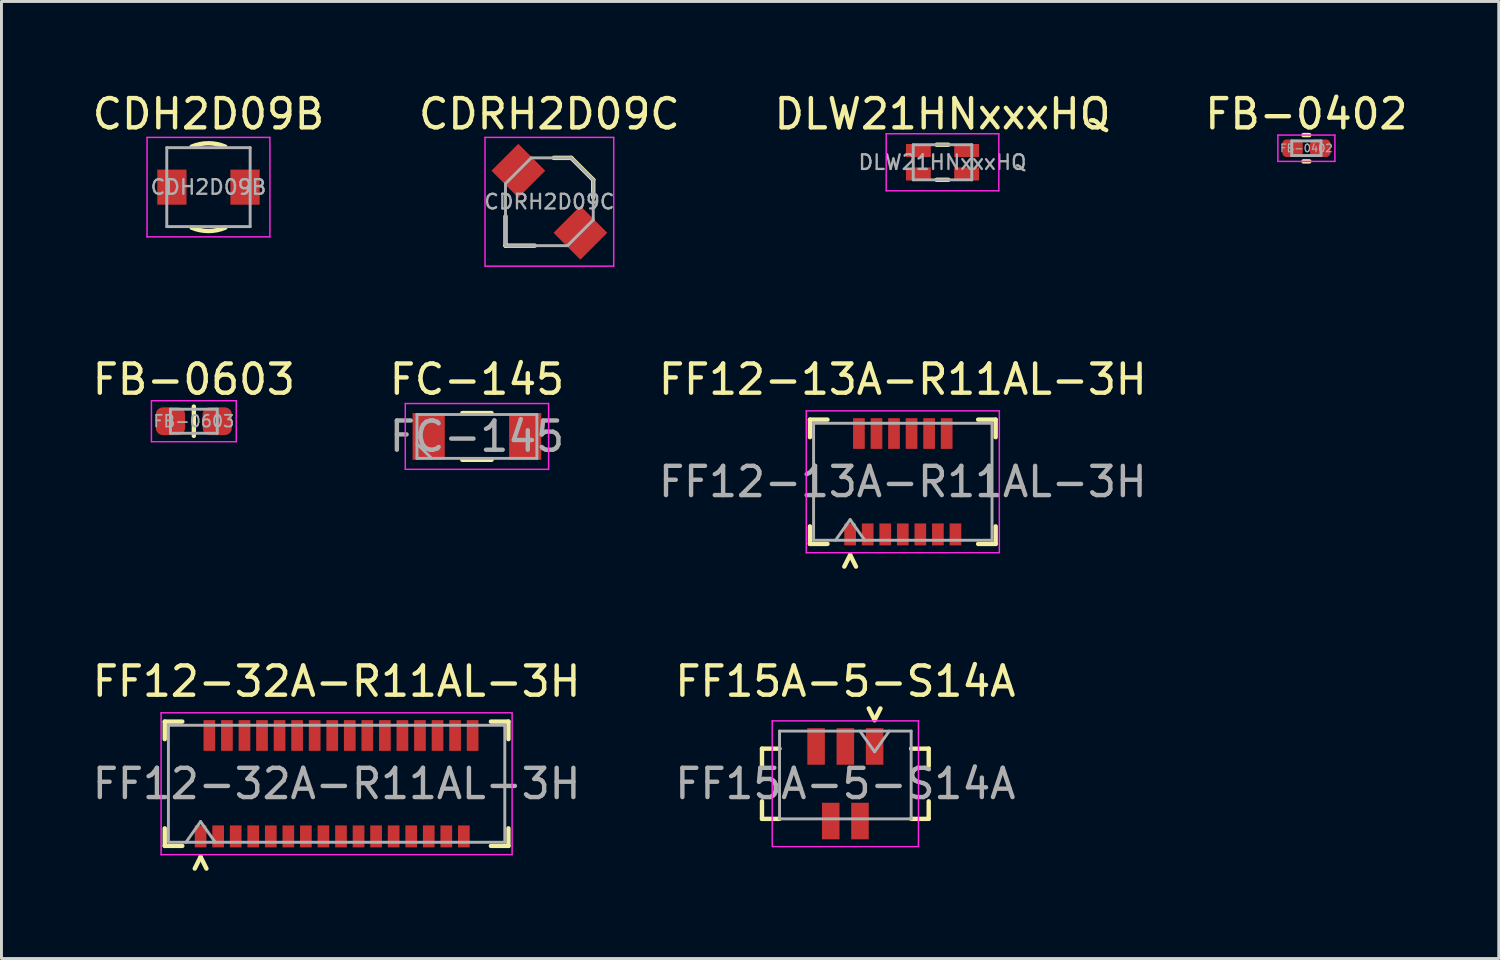
<source format=kicad_pcb>
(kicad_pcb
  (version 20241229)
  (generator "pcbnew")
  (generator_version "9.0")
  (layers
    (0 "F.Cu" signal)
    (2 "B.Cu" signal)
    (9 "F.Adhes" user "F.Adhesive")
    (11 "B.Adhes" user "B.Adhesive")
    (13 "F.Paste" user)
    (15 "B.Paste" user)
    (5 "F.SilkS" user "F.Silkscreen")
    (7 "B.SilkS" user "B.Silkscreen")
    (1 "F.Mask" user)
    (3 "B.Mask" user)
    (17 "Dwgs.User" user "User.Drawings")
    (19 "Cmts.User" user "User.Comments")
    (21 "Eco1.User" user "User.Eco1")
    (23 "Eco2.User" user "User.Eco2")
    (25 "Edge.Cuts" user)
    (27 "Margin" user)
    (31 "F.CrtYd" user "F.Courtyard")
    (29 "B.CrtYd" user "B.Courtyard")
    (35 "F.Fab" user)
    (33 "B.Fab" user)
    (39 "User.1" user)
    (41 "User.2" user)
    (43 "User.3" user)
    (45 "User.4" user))
  (footprint "FB-0603"
    (layer "F.Cu")
    (at 3.577 11.351)
    (property "Reference" "FB-0603" (at 0 -1.43 0) (layer "F.SilkS") (effects (font (size 1 1) (thickness 0.15))))
    (attr smd)
    (fp_line (start 0 0.5) (end 0 -0.5) (stroke (width 0.15) (type solid)) (layer "F.SilkS"))
    (fp_line (start -1.45 -0.7) (end 1.45 -0.7) (stroke (width 0.05) (type solid)) (layer "F.CrtYd"))
    (fp_line (start -1.45 0.7) (end -1.45 -0.7) (stroke (width 0.05) (type solid)) (layer "F.CrtYd"))
    (fp_line (start 1.45 -0.7) (end 1.45 0.7) (stroke (width 0.05) (type solid)) (layer "F.CrtYd"))
    (fp_line (start 1.45 0.7) (end -1.45 0.7) (stroke (width 0.05) (type solid)) (layer "F.CrtYd"))
    (fp_line (start -0.8 -0.412) (end 0.8 -0.412) (stroke (width 0.1) (type solid)) (layer "F.Fab"))
    (fp_line (start -0.8 0.412) (end -0.8 -0.412) (stroke (width 0.1) (type solid)) (layer "F.Fab"))
    (fp_line (start 0.8 -0.412) (end 0.8 0.412) (stroke (width 0.1) (type solid)) (layer "F.Fab"))
    (fp_line (start 0.8 0.412) (end -0.8 0.412) (stroke (width 0.1) (type solid)) (layer "F.Fab"))
    (fp_text user "${REFERENCE}" (at 0 0 0) (layer "F.Fab") (effects (font (size 0.4 0.4) (thickness 0.06))))
    (pad "1" smd roundrect (at -0.8 0) (size 1 0.95) (layers "F.Cu" "F.Mask" "F.Paste") (roundrect_rratio 0.25))
    (pad "2" smd roundrect (at 0.8 0) (size 1 0.95) (layers "F.Cu" "F.Mask" "F.Paste") (roundrect_rratio 0.25)))
  (footprint "DLW21HNxxxHQ"
    (layer "F.Cu")
    (at 29.173 2.498)
    (property "Reference" "DLW21HNxxxHQ" (at 0 -1.65 0) (layer "F.SilkS") (effects (font (size 1 1) (thickness 0.15))))
    (attr smd)
    (fp_line (start -0.2 -0.6) (end 0.2 -0.6) (stroke (width 0.15) (type solid)) (layer "F.SilkS"))
    (fp_line (start -0.2 0.6) (end 0.2 0.6) (stroke (width 0.15) (type solid)) (layer "F.SilkS"))
    (fp_line (start -1.925 -0.975) (end 1.925 -0.975) (stroke (width 0.05) (type solid)) (layer "F.CrtYd"))
    (fp_line (start -1.925 0.975) (end -1.925 -0.975) (stroke (width 0.05) (type solid)) (layer "F.CrtYd"))
    (fp_line (start 1.925 -0.975) (end 1.925 0.975) (stroke (width 0.05) (type solid)) (layer "F.CrtYd"))
    (fp_line (start 1.925 0.975) (end -1.925 0.975) (stroke (width 0.05) (type solid)) (layer "F.CrtYd"))
    (fp_line (start -1 -0.6) (end 1 -0.6) (stroke (width 0.1) (type solid)) (layer "F.Fab"))
    (fp_line (start -1 0.6) (end -1 -0.6) (stroke (width 0.1) (type solid)) (layer "F.Fab"))
    (fp_line (start 1 -0.6) (end 1 0.6) (stroke (width 0.1) (type solid)) (layer "F.Fab"))
    (fp_line (start 1 0.6) (end -1 0.6) (stroke (width 0.1) (type solid)) (layer "F.Fab"))
    (fp_text user "${REFERENCE}" (at 0 0 0) (layer "F.Fab") (effects (font (size 0.5 0.5) (thickness 0.08))))
    (pad "1" smd roundrect (at -0.825 -0.4) (size 0.85 0.45) (layers "F.Cu" "F.Mask" "F.Paste") (roundrect_rratio 0.05))
    (pad "2" smd roundrect (at 0.825 -0.4) (size 0.85 0.45) (layers "F.Cu" "F.Mask" "F.Paste") (roundrect_rratio 0.05))
    (pad "3" smd roundrect (at 0.825 0.4) (size 0.85 0.45) (layers "F.Cu" "F.Mask" "F.Paste") (roundrect_rratio 0.05))
    (pad "4" smd roundrect (at -0.825 0.4) (size 0.85 0.45) (layers "F.Cu" "F.Mask" "F.Paste") (roundrect_rratio 0.05)))
  (footprint "FF12-13A-R11AL-3H"
    (layer "F.Cu")
    (at 27.815 13.421)
    (property "Reference" "FF12-13A-R11AL-3H" (at 0 -3.5 0) (layer "F.SilkS") (effects (font (size 1 1) (thickness 0.15))))
    (attr smd)
    (fp_line (start -3.175 -1.525) (end -3.175 -2.125) (stroke (width 0.15) (type solid)) (layer "F.SilkS"))
    (fp_line (start -3.175 1.525) (end -3.175 2.125) (stroke (width 0.15) (type solid)) (layer "F.SilkS"))
    (fp_line (start -2.575 -2.125) (end -3.175 -2.125) (stroke (width 0.15) (type solid)) (layer "F.SilkS"))
    (fp_line (start -2.575 2.125) (end -3.175 2.125) (stroke (width 0.15) (type solid)) (layer "F.SilkS"))
    (fp_line (start -1.8 2.5) (end -2 2.9) (stroke (width 0.15) (type default)) (layer "F.SilkS"))
    (fp_line (start -1.6 2.9) (end -1.8 2.5) (stroke (width 0.15) (type default)) (layer "F.SilkS"))
    (fp_line (start 2.575 -2.125) (end 3.175 -2.125) (stroke (width 0.15) (type solid)) (layer "F.SilkS"))
    (fp_line (start 2.575 2.125) (end 3.175 2.125) (stroke (width 0.15) (type solid)) (layer "F.SilkS"))
    (fp_line (start 3.175 -1.525) (end 3.175 -2.125) (stroke (width 0.15) (type solid)) (layer "F.SilkS"))
    (fp_line (start 3.175 1.525) (end 3.175 2.125) (stroke (width 0.15) (type solid)) (layer "F.SilkS"))
    (fp_line (start -3.3 -2.425) (end -3.3 2.425) (stroke (width 0.05) (type solid)) (layer "F.CrtYd"))
    (fp_line (start -3.3 2.425) (end 3.3 2.425) (stroke (width 0.05) (type solid)) (layer "F.CrtYd"))
    (fp_line (start 3.3 -2.425) (end -3.3 -2.425) (stroke (width 0.05) (type solid)) (layer "F.CrtYd"))
    (fp_line (start 3.3 2.425) (end 3.3 -2.425) (stroke (width 0.05) (type solid)) (layer "F.CrtYd"))
    (fp_line (start -3.05 -2) (end 3.05 -2) (stroke (width 0.1) (type solid)) (layer "F.Fab"))
    (fp_line (start -3.05 2) (end -3.05 -2) (stroke (width 0.1) (type solid)) (layer "F.Fab"))
    (fp_line (start -2.3 2) (end -1.8 1.293) (stroke (width 0.1) (type solid)) (layer "F.Fab"))
    (fp_line (start -1.8 1.293) (end -1.3 2) (stroke (width 0.1) (type solid)) (layer "F.Fab"))
    (fp_line (start 3.05 -2) (end 3.05 2) (stroke (width 0.1) (type solid)) (layer "F.Fab"))
    (fp_line (start 3.05 2) (end -3.05 2) (stroke (width 0.1) (type solid)) (layer "F.Fab"))
    (fp_text user "${REFERENCE}" (at 0 0 0) (layer "F.Fab") (effects (font (size 1 1) (thickness 0.15))))
    (pad "1" smd rect (at -1.8 1.8) (size 0.4 0.75) (layers "F.Cu" "F.Mask" "F.Paste"))
    (pad "2" smd rect (at -1.5 -1.65) (size 0.4 1.05) (layers "F.Cu" "F.Mask" "F.Paste"))
    (pad "3" smd rect (at -1.2 1.8) (size 0.4 0.75) (layers "F.Cu" "F.Mask" "F.Paste"))
    (pad "4" smd rect (at -0.9 -1.65) (size 0.4 1.05) (layers "F.Cu" "F.Mask" "F.Paste"))
    (pad "5" smd rect (at -0.6 1.8) (size 0.4 0.75) (layers "F.Cu" "F.Mask" "F.Paste"))
    (pad "6" smd rect (at -0.3 -1.65) (size 0.4 1.05) (layers "F.Cu" "F.Mask" "F.Paste"))
    (pad "7" smd rect (at 0 1.8) (size 0.4 0.75) (layers "F.Cu" "F.Mask" "F.Paste"))
    (pad "8" smd rect (at 0.3 -1.65) (size 0.4 1.05) (layers "F.Cu" "F.Mask" "F.Paste"))
    (pad "9" smd rect (at 0.6 1.8) (size 0.4 0.75) (layers "F.Cu" "F.Mask" "F.Paste"))
    (pad "10" smd rect (at 0.9 -1.65) (size 0.4 1.05) (layers "F.Cu" "F.Mask" "F.Paste"))
    (pad "11" smd rect (at 1.2 1.8) (size 0.4 0.75) (layers "F.Cu" "F.Mask" "F.Paste"))
    (pad "12" smd rect (at 1.5 -1.65) (size 0.4 1.05) (layers "F.Cu" "F.Mask" "F.Paste"))
    (pad "13" smd rect (at 1.8 1.8) (size 0.4 0.75) (layers "F.Cu" "F.Mask" "F.Paste")))
  (footprint "FF15A-5-S14A"
    (layer "F.Cu")
    (at 25.851 23.745)
    (property "Reference" "FF15A-5-S14A" (at 0 -3.5 0) (layer "F.SilkS") (effects (font (size 1 1) (thickness 0.15))))
    (attr smd)
    (fp_line (start -2.85 -0.6) (end -2.85 -1.2) (stroke (width 0.15) (type solid)) (layer "F.SilkS"))
    (fp_line (start -2.85 1.2) (end -2.85 0.6) (stroke (width 0.15) (type solid)) (layer "F.SilkS"))
    (fp_line (start -2.25 -1.2) (end -2.85 -1.2) (stroke (width 0.15) (type solid)) (layer "F.SilkS"))
    (fp_line (start -2.25 1.2) (end -2.85 1.2) (stroke (width 0.15) (type solid)) (layer "F.SilkS"))
    (fp_line (start 0.8 -2.575) (end 1 -2.175) (stroke (width 0.15) (type default)) (layer "F.SilkS"))
    (fp_line (start 1 -2.175) (end 1.2 -2.575) (stroke (width 0.15) (type default)) (layer "F.SilkS"))
    (fp_line (start 2.25 -1.2) (end 2.85 -1.2) (stroke (width 0.15) (type solid)) (layer "F.SilkS"))
    (fp_line (start 2.25 1.2) (end 2.85 1.2) (stroke (width 0.15) (type solid)) (layer "F.SilkS"))
    (fp_line (start 2.85 -1.2) (end 2.85 -0.6) (stroke (width 0.15) (type solid)) (layer "F.SilkS"))
    (fp_line (start 2.85 0.6) (end 2.85 1.2) (stroke (width 0.15) (type solid)) (layer "F.SilkS"))
    (fp_line (start -2.5 -2.15) (end -2.5 2.125) (stroke (width 0.05) (type solid)) (layer "F.CrtYd"))
    (fp_line (start -2.5 2.15) (end 2.5 2.15) (stroke (width 0.05) (type solid)) (layer "F.CrtYd"))
    (fp_line (start 2.5 -2.15) (end -2.5 -2.15) (stroke (width 0.05) (type solid)) (layer "F.CrtYd"))
    (fp_line (start 2.5 -2.15) (end 2.5 2.125) (stroke (width 0.05) (type solid)) (layer "F.CrtYd"))
    (fp_line (start -2.25 -1.8) (end 2.25 -1.8) (stroke (width 0.1) (type solid)) (layer "F.Fab"))
    (fp_line (start -2.25 1.2) (end -2.25 -1.8) (stroke (width 0.1) (type solid)) (layer "F.Fab"))
    (fp_line (start -2.25 1.2) (end 2.25 1.2) (stroke (width 0.1) (type solid)) (layer "F.Fab"))
    (fp_line (start 1 -1.093) (end 0.5 -1.8) (stroke (width 0.1) (type solid)) (layer "F.Fab"))
    (fp_line (start 1.5 -1.8) (end 1 -1.093) (stroke (width 0.1) (type solid)) (layer "F.Fab"))
    (fp_line (start 2.25 -1.8) (end 2.25 1.2) (stroke (width 0.1) (type solid)) (layer "F.Fab"))
    (fp_text user "${REFERENCE}" (at 0 0 0) (layer "F.Fab") (effects (font (size 1 1) (thickness 0.15))))
    (pad "1" smd rect (at 1 -1.275 180) (size 0.6 1.25) (layers "F.Cu" "F.Mask" "F.Paste"))
    (pad "2" smd rect (at 0.5 1.275 180) (size 0.6 1.25) (layers "F.Cu" "F.Mask" "F.Paste"))
    (pad "3" smd rect (at 0 -1.275 180) (size 0.6 1.25) (layers "F.Cu" "F.Mask" "F.Paste"))
    (pad "4" smd rect (at -0.5 1.275 180) (size 0.6 1.25) (layers "F.Cu" "F.Mask" "F.Paste"))
    (pad "5" smd rect (at -1 -1.275 180) (size 0.6 1.25) (layers "F.Cu" "F.Mask" "F.Paste")))
  (footprint "CDH2D09B"
    (layer "F.Cu")
    (at 4.077 3.348)
    (property "Reference" "CDH2D09B" (at 0 -2.5 0) (layer "F.SilkS") (effects (font (size 1 1) (thickness 0.15))))
    (attr smd)
    (fp_arc (start -0.574025 -1.385819) (mid 0 -1.5) (end 0.574025 -1.385819) (stroke (width 0.15) (type default)) (layer "F.SilkS"))
    (fp_arc (start 0.574025 1.385819) (mid 0 1.5) (end -0.574025 1.385819) (stroke (width 0.15) (type default)) (layer "F.SilkS"))
    (fp_line (start -2.1 -1.7) (end 2.1 -1.7) (stroke (width 0.05) (type solid)) (layer "F.CrtYd"))
    (fp_line (start -2.1 1.7) (end -2.1 -1.7) (stroke (width 0.05) (type solid)) (layer "F.CrtYd"))
    (fp_line (start 2.1 -1.7) (end 2.1 1.7) (stroke (width 0.05) (type solid)) (layer "F.CrtYd"))
    (fp_line (start 2.1 1.7) (end -2.1 1.7) (stroke (width 0.05) (type solid)) (layer "F.CrtYd"))
    (fp_line (start -1.425 -1.35) (end -1.425 1.35) (stroke (width 0.1) (type solid)) (layer "F.Fab"))
    (fp_line (start -1.425 -1.35) (end 1.425 -1.35) (stroke (width 0.1) (type solid)) (layer "F.Fab"))
    (fp_line (start 1.425 -1.35) (end 1.425 1.35) (stroke (width 0.1) (type solid)) (layer "F.Fab"))
    (fp_line (start 1.425 1.35) (end -1.425 1.35) (stroke (width 0.1) (type solid)) (layer "F.Fab"))
    (fp_text user "${REFERENCE}" (at 0 0 0) (layer "F.Fab") (effects (font (size 0.5 0.5) (thickness 0.08))))
    (pad "1" smd rect (at -1.25 0) (size 1 1.2) (layers "F.Cu" "F.Mask" "F.Paste"))
    (pad "2" smd rect (at 1.25 0) (size 1 1.2) (layers "F.Cu" "F.Mask" "F.Paste")))
  (footprint "FB-0402"
    (layer "F.Cu")
    (at 41.613 2.018)
    (property "Reference" "FB-0402" (at 0 -1.17 0) (layer "F.SilkS") (effects (font (size 1 1) (thickness 0.15))))
    (attr smd)
    (fp_line (start -0.1 -0.45) (end 0.1 -0.45) (stroke (width 0.15) (type solid)) (layer "F.SilkS"))
    (fp_line (start -0.1 0.45) (end 0.1 0.45) (stroke (width 0.15) (type solid)) (layer "F.SilkS"))
    (fp_line (start -0.975 -0.45) (end 0.975 -0.45) (stroke (width 0.05) (type solid)) (layer "F.CrtYd"))
    (fp_line (start -0.975 0.45) (end -0.975 -0.45) (stroke (width 0.05) (type solid)) (layer "F.CrtYd"))
    (fp_line (start 0.975 -0.45) (end 0.975 0.45) (stroke (width 0.05) (type solid)) (layer "F.CrtYd"))
    (fp_line (start 0.975 0.45) (end -0.975 0.45) (stroke (width 0.05) (type solid)) (layer "F.CrtYd"))
    (fp_line (start -0.5 -0.25) (end 0.5 -0.25) (stroke (width 0.1) (type solid)) (layer "F.Fab"))
    (fp_line (start -0.5 0.25) (end -0.5 -0.25) (stroke (width 0.1) (type solid)) (layer "F.Fab"))
    (fp_line (start 0.5 -0.25) (end 0.5 0.25) (stroke (width 0.1) (type solid)) (layer "F.Fab"))
    (fp_line (start 0.5 0.25) (end -0.5 0.25) (stroke (width 0.1) (type solid)) (layer "F.Fab"))
    (fp_text user "${REFERENCE}" (at 0 0 0) (layer "F.Fab") (effects (font (size 0.26 0.26) (thickness 0.04))))
    (pad "1" smd roundrect (at -0.475 0) (size 0.7 0.6) (layers "F.Cu" "F.Mask" "F.Paste") (roundrect_rratio 0.25))
    (pad "2" smd roundrect (at 0.475 0) (size 0.7 0.6) (layers "F.Cu" "F.Mask" "F.Paste") (roundrect_rratio 0.25)))
  (footprint "FC-145"
    (layer "F.Cu")
    (at 13.256 11.871)
    (property "Reference" "FC-145" (at 0 -1.95 0) (layer "F.SilkS") (effects (font (size 1 1) (thickness 0.15))))
    (attr smd)
    (fp_line (start -0.5 -0.8) (end 0.5 -0.8) (stroke (width 0.15) (type solid)) (layer "F.SilkS"))
    (fp_line (start -0.5 0.8) (end 0.5 0.8) (stroke (width 0.15) (type solid)) (layer "F.SilkS"))
    (fp_line (start -2.45 -1.125) (end -2.45 1.125) (stroke (width 0.05) (type solid)) (layer "F.CrtYd"))
    (fp_line (start -2.45 1.125) (end 2.45 1.125) (stroke (width 0.05) (type solid)) (layer "F.CrtYd"))
    (fp_line (start 2.45 -1.125) (end -2.45 -1.125) (stroke (width 0.05) (type solid)) (layer "F.CrtYd"))
    (fp_line (start 2.45 1.125) (end 2.45 -1.125) (stroke (width 0.05) (type solid)) (layer "F.CrtYd"))
    (fp_line (start -2.05 -0.75) (end -2.05 0.75) (stroke (width 0.1) (type solid)) (layer "F.Fab"))
    (fp_line (start -2.05 0.25) (end -1.55 0.75) (stroke (width 0.1) (type solid)) (layer "F.Fab"))
    (fp_line (start -2.05 0.75) (end 2.05 0.75) (stroke (width 0.1) (type solid)) (layer "F.Fab"))
    (fp_line (start 2.05 -0.75) (end -2.05 -0.75) (stroke (width 0.1) (type solid)) (layer "F.Fab"))
    (fp_line (start 2.05 0.75) (end 2.05 -0.75) (stroke (width 0.1) (type solid)) (layer "F.Fab"))
    (fp_text user "${REFERENCE}" (at 0 0 0) (layer "F.Fab") (effects (font (size 1 1) (thickness 0.15))))
    (pad "1" smd rect (at -1.65 0) (size 1.1 1.6) (layers "F.Cu" "F.Mask" "F.Paste"))
    (pad "2" smd rect (at 1.65 0) (size 1.1 1.6) (layers "F.Cu" "F.Mask" "F.Paste")))
  (footprint "FF12-32A-R11AL-3H"
    (layer "F.Cu")
    (at 8.458 23.745)
    (property "Reference" "FF12-32A-R11AL-3H" (at 0 -3.5 0) (layer "F.SilkS") (effects (font (size 1 1) (thickness 0.15))))
    (attr smd)
    (fp_line (start -5.875 -1.525) (end -5.875 -2.125) (stroke (width 0.15) (type solid)) (layer "F.SilkS"))
    (fp_line (start -5.875 1.525) (end -5.875 2.125) (stroke (width 0.15) (type solid)) (layer "F.SilkS"))
    (fp_line (start -5.275 -2.125) (end -5.875 -2.125) (stroke (width 0.15) (type solid)) (layer "F.SilkS"))
    (fp_line (start -5.275 2.125) (end -5.875 2.125) (stroke (width 0.15) (type solid)) (layer "F.SilkS"))
    (fp_line (start -4.65 2.5) (end -4.85 2.9) (stroke (width 0.15) (type default)) (layer "F.SilkS"))
    (fp_line (start -4.45 2.9) (end -4.65 2.5) (stroke (width 0.15) (type default)) (layer "F.SilkS"))
    (fp_line (start 5.275 -2.125) (end 5.875 -2.125) (stroke (width 0.15) (type solid)) (layer "F.SilkS"))
    (fp_line (start 5.275 2.125) (end 5.875 2.125) (stroke (width 0.15) (type solid)) (layer "F.SilkS"))
    (fp_line (start 5.875 -1.525) (end 5.875 -2.125) (stroke (width 0.15) (type solid)) (layer "F.SilkS"))
    (fp_line (start 5.875 1.525) (end 5.875 2.125) (stroke (width 0.15) (type solid)) (layer "F.SilkS"))
    (fp_line (start -6 -2.425) (end -6 2.425) (stroke (width 0.05) (type solid)) (layer "F.CrtYd"))
    (fp_line (start -6 2.425) (end 6 2.425) (stroke (width 0.05) (type solid)) (layer "F.CrtYd"))
    (fp_line (start 6 -2.425) (end -6 -2.425) (stroke (width 0.05) (type solid)) (layer "F.CrtYd"))
    (fp_line (start 6 2.425) (end 6 -2.425) (stroke (width 0.05) (type solid)) (layer "F.CrtYd"))
    (fp_line (start -5.75 -2) (end 5.75 -2) (stroke (width 0.1) (type solid)) (layer "F.Fab"))
    (fp_line (start -5.75 2) (end -5.75 -2) (stroke (width 0.1) (type solid)) (layer "F.Fab"))
    (fp_line (start -5.15 2) (end -4.65 1.293) (stroke (width 0.1) (type solid)) (layer "F.Fab"))
    (fp_line (start -4.65 1.293) (end -4.15 2) (stroke (width 0.1) (type solid)) (layer "F.Fab"))
    (fp_line (start 5.75 -2) (end 5.75 2) (stroke (width 0.1) (type solid)) (layer "F.Fab"))
    (fp_line (start 5.75 2) (end -5.75 2) (stroke (width 0.1) (type solid)) (layer "F.Fab"))
    (fp_text user "${REFERENCE}" (at 0 0 0) (layer "F.Fab") (effects (font (size 1 1) (thickness 0.15))))
    (pad "1" smd rect (at -4.65 1.8) (size 0.4 0.75) (layers "F.Cu" "F.Mask" "F.Paste"))
    (pad "2" smd rect (at -4.35 -1.65) (size 0.4 1.05) (layers "F.Cu" "F.Mask" "F.Paste"))
    (pad "3" smd rect (at -4.05 1.8) (size 0.4 0.75) (layers "F.Cu" "F.Mask" "F.Paste"))
    (pad "4" smd rect (at -3.75 -1.65) (size 0.4 1.05) (layers "F.Cu" "F.Mask" "F.Paste"))
    (pad "5" smd rect (at -3.45 1.8) (size 0.4 0.75) (layers "F.Cu" "F.Mask" "F.Paste"))
    (pad "6" smd rect (at -3.15 -1.65) (size 0.4 1.05) (layers "F.Cu" "F.Mask" "F.Paste"))
    (pad "7" smd rect (at -2.85 1.8) (size 0.4 0.75) (layers "F.Cu" "F.Mask" "F.Paste"))
    (pad "8" smd rect (at -2.55 -1.65) (size 0.4 1.05) (layers "F.Cu" "F.Mask" "F.Paste"))
    (pad "9" smd rect (at -2.25 1.8) (size 0.4 0.75) (layers "F.Cu" "F.Mask" "F.Paste"))
    (pad "10" smd rect (at -1.95 -1.65) (size 0.4 1.05) (layers "F.Cu" "F.Mask" "F.Paste"))
    (pad "11" smd rect (at -1.65 1.8) (size 0.4 0.75) (layers "F.Cu" "F.Mask" "F.Paste"))
    (pad "12" smd rect (at -1.35 -1.65) (size 0.4 1.05) (layers "F.Cu" "F.Mask" "F.Paste"))
    (pad "13" smd rect (at -1.05 1.8) (size 0.4 0.75) (layers "F.Cu" "F.Mask" "F.Paste"))
    (pad "14" smd rect (at -0.75 -1.65) (size 0.4 1.05) (layers "F.Cu" "F.Mask" "F.Paste"))
    (pad "15" smd rect (at -0.45 1.8) (size 0.4 0.75) (layers "F.Cu" "F.Mask" "F.Paste"))
    (pad "16" smd rect (at -0.15 -1.65) (size 0.4 1.05) (layers "F.Cu" "F.Mask" "F.Paste"))
    (pad "17" smd rect (at 0.15 1.8) (size 0.4 0.75) (layers "F.Cu" "F.Mask" "F.Paste"))
    (pad "18" smd rect (at 0.45 -1.65) (size 0.4 1.05) (layers "F.Cu" "F.Mask" "F.Paste"))
    (pad "19" smd rect (at 0.75 1.8) (size 0.4 0.75) (layers "F.Cu" "F.Mask" "F.Paste"))
    (pad "20" smd rect (at 1.05 -1.65) (size 0.4 1.05) (layers "F.Cu" "F.Mask" "F.Paste"))
    (pad "21" smd rect (at 1.35 1.8) (size 0.4 0.75) (layers "F.Cu" "F.Mask" "F.Paste"))
    (pad "22" smd rect (at 1.65 -1.65) (size 0.4 1.05) (layers "F.Cu" "F.Mask" "F.Paste"))
    (pad "23" smd rect (at 1.95 1.8) (size 0.4 0.75) (layers "F.Cu" "F.Mask" "F.Paste"))
    (pad "24" smd rect (at 2.25 -1.65) (size 0.4 1.05) (layers "F.Cu" "F.Mask" "F.Paste"))
    (pad "25" smd rect (at 2.55 1.8) (size 0.4 0.75) (layers "F.Cu" "F.Mask" "F.Paste"))
    (pad "26" smd rect (at 2.85 -1.65) (size 0.4 1.05) (layers "F.Cu" "F.Mask" "F.Paste"))
    (pad "27" smd rect (at 3.15 1.8) (size 0.4 0.75) (layers "F.Cu" "F.Mask" "F.Paste"))
    (pad "28" smd rect (at 3.45 -1.65) (size 0.4 1.05) (layers "F.Cu" "F.Mask" "F.Paste"))
    (pad "29" smd rect (at 3.75 1.8) (size 0.4 0.75) (layers "F.Cu" "F.Mask" "F.Paste"))
    (pad "30" smd rect (at 4.05 -1.65) (size 0.4 1.05) (layers "F.Cu" "F.Mask" "F.Paste"))
    (pad "31" smd rect (at 4.35 1.8) (size 0.4 0.75) (layers "F.Cu" "F.Mask" "F.Paste"))
    (pad "32" smd rect (at 4.65 -1.65) (size 0.4 1.05) (layers "F.Cu" "F.Mask" "F.Paste")))
  (footprint "CDRH2D09C"
    (layer "F.Cu")
    (at 15.732 3.848)
    (property "Reference" "CDRH2D09C" (at 0 -3 0) (layer "F.SilkS") (effects (font (size 1 1) (thickness 0.15))))
    (attr smd)
    (fp_line (start -1.5 0.5) (end -1.5 1.5) (stroke (width 0.15) (type solid)) (layer "F.SilkS"))
    (fp_line (start -0.5 1.5) (end -1.5 1.5) (stroke (width 0.15) (type solid)) (layer "F.SilkS"))
    (fp_line (start 0.15 -1.5) (end 0.75 -1.5) (stroke (width 0.15) (type solid)) (layer "F.SilkS"))
    (fp_line (start 0.75 -1.5) (end 1.5 -0.75) (stroke (width 0.15) (type default)) (layer "F.SilkS"))
    (fp_line (start 1.5 -0.75) (end 1.5 -0.15) (stroke (width 0.15) (type solid)) (layer "F.SilkS"))
    (fp_line (start -2.2 -2.2) (end 2.2 -2.2) (stroke (width 0.05) (type solid)) (layer "F.CrtYd"))
    (fp_line (start -2.2 2.2) (end -2.2 -2.2) (stroke (width 0.05) (type solid)) (layer "F.CrtYd"))
    (fp_line (start 2.2 2.2) (end -2.2 2.2) (stroke (width 0.05) (type solid)) (layer "F.CrtYd"))
    (fp_line (start 2.2 2.2) (end 2.2 -2.2) (stroke (width 0.05) (type solid)) (layer "F.CrtYd"))
    (fp_line (start -1.5 -0.621) (end -1.5 1.5) (stroke (width 0.1) (type solid)) (layer "F.Fab"))
    (fp_line (start -1.5 -0.621) (end -0.621 -1.5) (stroke (width 0.1) (type solid)) (layer "F.Fab"))
    (fp_line (start -0.621 -1.5) (end 0.75 -1.5) (stroke (width 0.1) (type solid)) (layer "F.Fab"))
    (fp_line (start 0.621 1.5) (end -1.5 1.5) (stroke (width 0.1) (type solid)) (layer "F.Fab"))
    (fp_line (start 0.75 -1.5) (end 1.5 -0.75) (stroke (width 0.1) (type default)) (layer "F.Fab"))
    (fp_line (start 1.5 -0.75) (end 1.5 0.621) (stroke (width 0.1) (type solid)) (layer "F.Fab"))
    (fp_line (start 1.5 0.621) (end 0.621 1.5) (stroke (width 0.1) (type solid)) (layer "F.Fab"))
    (fp_text user "${REFERENCE}" (at 0 0 0) (layer "F.Fab") (effects (font (size 0.5 0.5) (thickness 0.08))))
    (pad "1" smd rect (at -1.061 -1.061 45) (size 1.3 1.3) (layers "F.Cu" "F.Mask" "F.Paste"))
    (pad "2" smd rect (at 1.061 1.061 45) (size 1.3 1.3) (layers "F.Cu" "F.Mask" "F.Paste")))
  (gr_rect
    (start -3 -3)
    (end 48.19 29.72)
    (stroke (width 0.1) (type default))
    (fill no)
    (layer "Edge.Cuts")))
</source>
